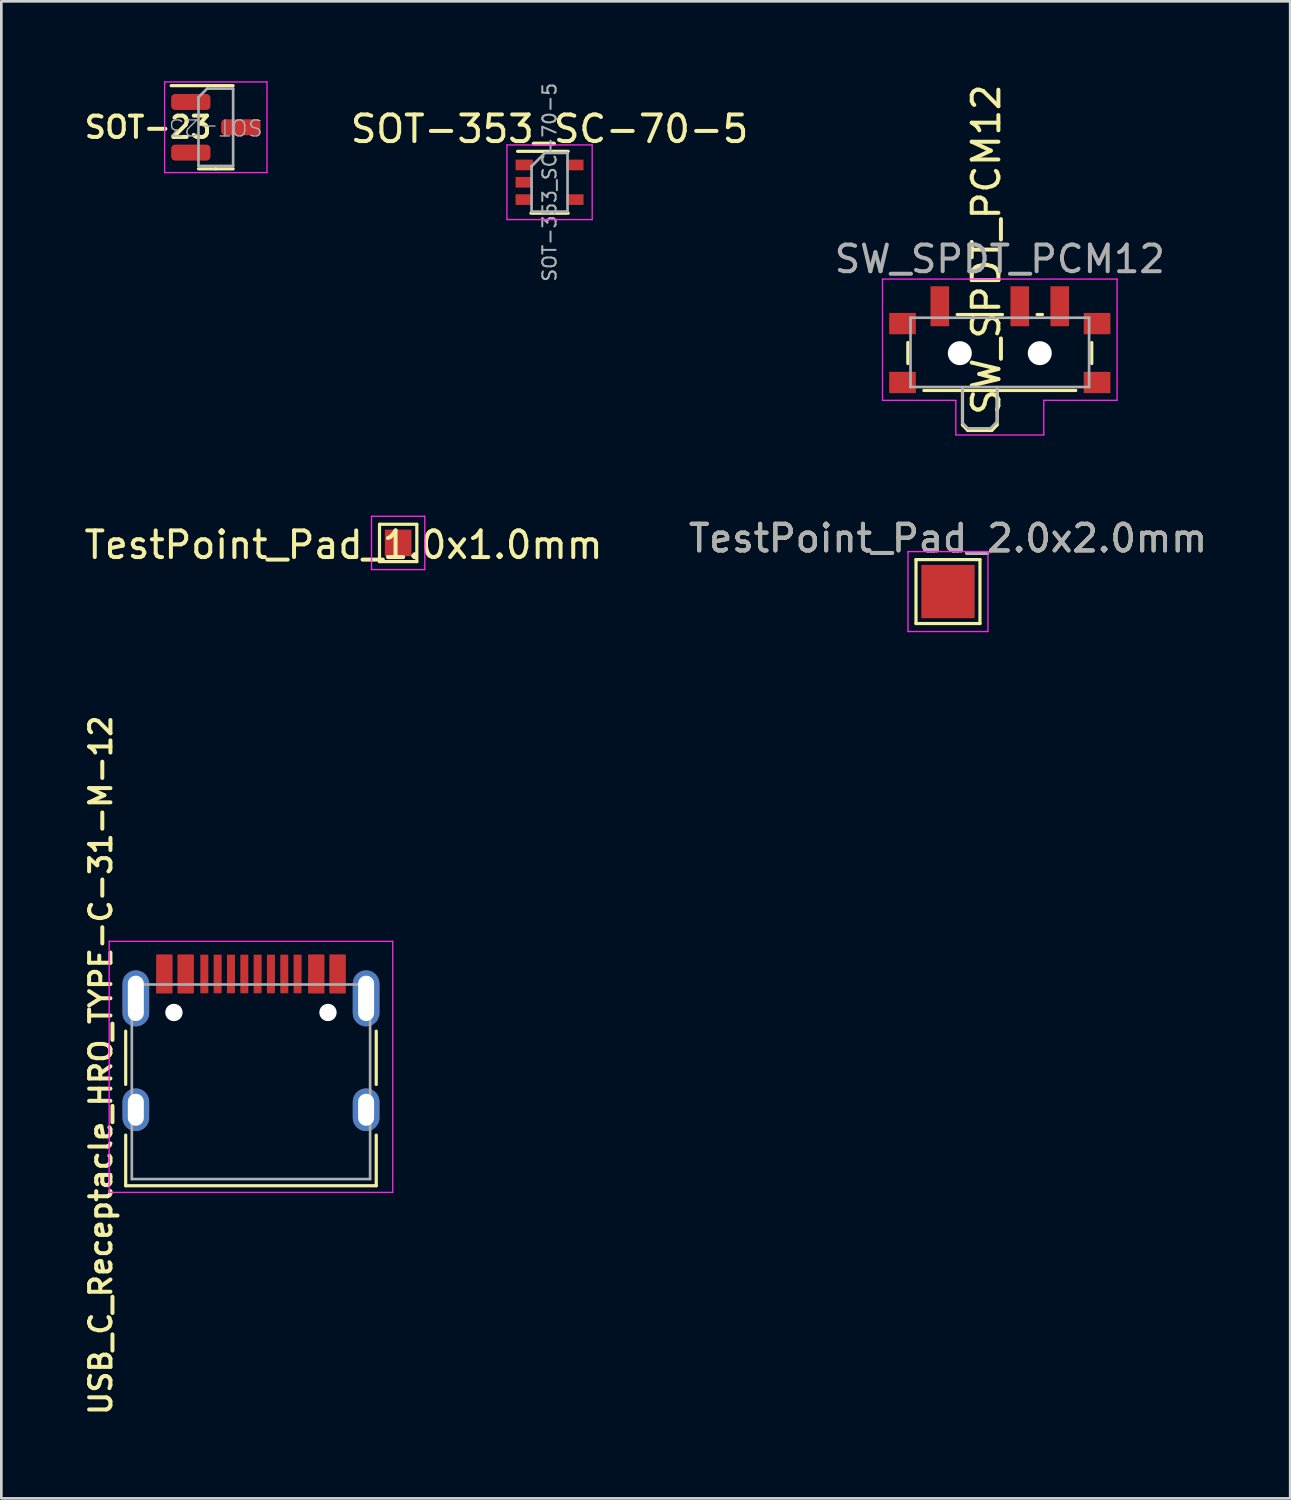
<source format=kicad_pcb>
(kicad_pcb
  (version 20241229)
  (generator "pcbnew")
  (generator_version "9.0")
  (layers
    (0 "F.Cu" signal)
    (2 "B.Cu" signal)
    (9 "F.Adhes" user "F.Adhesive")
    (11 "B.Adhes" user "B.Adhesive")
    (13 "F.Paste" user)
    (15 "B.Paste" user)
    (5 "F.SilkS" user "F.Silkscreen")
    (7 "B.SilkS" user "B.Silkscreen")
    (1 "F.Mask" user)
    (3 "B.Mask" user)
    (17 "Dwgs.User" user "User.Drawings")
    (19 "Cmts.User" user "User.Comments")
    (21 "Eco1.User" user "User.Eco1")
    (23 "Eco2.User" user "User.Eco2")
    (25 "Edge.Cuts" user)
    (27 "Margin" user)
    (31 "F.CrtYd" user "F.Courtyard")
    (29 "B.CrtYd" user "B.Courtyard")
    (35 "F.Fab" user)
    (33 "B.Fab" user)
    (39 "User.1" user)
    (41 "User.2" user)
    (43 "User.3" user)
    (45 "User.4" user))
  (footprint "SOT-353_SC-70-5"
    (layer "F.Cu")
    (at 17.569 3.789)
    (property "Reference" "SOT-353_SC-70-5" (at 0 -2 180) (layer "F.SilkS") (effects (font (size 1 1) (thickness 0.15))))
    (attr smd)
    (fp_line (start -0.7 1.16) (end 0.7 1.16) (stroke (width 0.12) (type solid)) (layer "F.SilkS"))
    (fp_line (start 0.7 -1.16) (end -1.2 -1.16) (stroke (width 0.12) (type solid)) (layer "F.SilkS"))
    (fp_line (start -1.6 -1.4) (end -1.6 1.4) (stroke (width 0.05) (type solid)) (layer "F.CrtYd"))
    (fp_line (start -1.6 -1.4) (end 1.6 -1.4) (stroke (width 0.05) (type solid)) (layer "F.CrtYd"))
    (fp_line (start -1.6 1.4) (end 1.6 1.4) (stroke (width 0.05) (type solid)) (layer "F.CrtYd"))
    (fp_line (start 1.6 1.4) (end 1.6 -1.4) (stroke (width 0.05) (type solid)) (layer "F.CrtYd"))
    (fp_line (start -0.675 -0.6) (end -0.675 1.1) (stroke (width 0.1) (type solid)) (layer "F.Fab"))
    (fp_line (start -0.175 -1.1) (end -0.675 -0.6) (stroke (width 0.1) (type solid)) (layer "F.Fab"))
    (fp_line (start 0.675 -1.1) (end -0.175 -1.1) (stroke (width 0.1) (type solid)) (layer "F.Fab"))
    (fp_line (start 0.675 -1.1) (end 0.675 1.1) (stroke (width 0.1) (type solid)) (layer "F.Fab"))
    (fp_line (start 0.675 1.1) (end -0.675 1.1) (stroke (width 0.1) (type solid)) (layer "F.Fab"))
    (fp_text user "${REFERENCE}" (at 0 0 270) (layer "F.Fab") (effects (font (size 0.5 0.5) (thickness 0.075))))
    (pad "1" smd rect (at -0.95 -0.65 180) (size 0.65 0.4) (layers "F.Cu" "F.Mask" "F.Paste"))
    (pad "2" smd rect (at -0.95 0 180) (size 0.65 0.4) (layers "F.Cu" "F.Mask" "F.Paste"))
    (pad "3" smd rect (at -0.95 0.65 180) (size 0.65 0.4) (layers "F.Cu" "F.Mask" "F.Paste"))
    (pad "4" smd rect (at 0.95 0.65 180) (size 0.65 0.4) (layers "F.Cu" "F.Mask" "F.Paste"))
    (pad "5" smd rect (at 0.95 -0.65 180) (size 0.65 0.4) (layers "F.Cu" "F.Mask" "F.Paste")))
  (footprint "SW_SPDT_PCM12"
    (layer "F.Cu")
    (at 34.462 9.871)
    (property "Reference" "SW_SPDT_PCM12" (at -0.508 -3.556 270) (layer "F.SilkS") (effects (font (size 1 1) (thickness 0.15))))
    (attr smd)
    (fp_line (start -3.45 -0.07) (end -3.45 0.72) (stroke (width 0.12) (type solid)) (layer "F.SilkS"))
    (fp_line (start -2.85 1.73) (end 2.85 1.73) (stroke (width 0.12) (type solid)) (layer "F.SilkS"))
    (fp_line (start -1.6 -1.12) (end 0.1 -1.12) (stroke (width 0.12) (type solid)) (layer "F.SilkS"))
    (fp_line (start -1.4 1.73) (end -1.4 3.02) (stroke (width 0.12) (type solid)) (layer "F.SilkS"))
    (fp_line (start -1.4 3.02) (end -1.2 3.23) (stroke (width 0.12) (type solid)) (layer "F.SilkS"))
    (fp_line (start -1.2 3.23) (end -0.3 3.23) (stroke (width 0.12) (type solid)) (layer "F.SilkS"))
    (fp_line (start -0.1 3.02) (end -0.3 3.23) (stroke (width 0.12) (type solid)) (layer "F.SilkS"))
    (fp_line (start -0.1 3.02) (end -0.1 1.73) (stroke (width 0.12) (type solid)) (layer "F.SilkS"))
    (fp_line (start 1.4 -1.12) (end 1.6 -1.12) (stroke (width 0.12) (type solid)) (layer "F.SilkS"))
    (fp_line (start 3.45 0.72) (end 3.45 -0.07) (stroke (width 0.12) (type solid)) (layer "F.SilkS"))
    (fp_line (start -4.4 -2.45) (end 4.4 -2.45) (stroke (width 0.05) (type solid)) (layer "F.CrtYd"))
    (fp_line (start -4.4 2.1) (end -4.4 -2.45) (stroke (width 0.05) (type solid)) (layer "F.CrtYd"))
    (fp_line (start -1.65 2.1) (end -4.4 2.1) (stroke (width 0.05) (type solid)) (layer "F.CrtYd"))
    (fp_line (start -1.65 3.4) (end -1.65 2.1) (stroke (width 0.05) (type solid)) (layer "F.CrtYd"))
    (fp_line (start 1.65 2.1) (end 1.65 3.4) (stroke (width 0.05) (type solid)) (layer "F.CrtYd"))
    (fp_line (start 1.65 3.4) (end -1.65 3.4) (stroke (width 0.05) (type solid)) (layer "F.CrtYd"))
    (fp_line (start 4.4 -2.45) (end 4.4 2.1) (stroke (width 0.05) (type solid)) (layer "F.CrtYd"))
    (fp_line (start 4.4 2.1) (end 1.65 2.1) (stroke (width 0.05) (type solid)) (layer "F.CrtYd"))
    (fp_line (start -3.35 -1) (end -3.35 1.6) (stroke (width 0.1) (type solid)) (layer "F.Fab"))
    (fp_line (start -3.35 1.6) (end 3.35 1.6) (stroke (width 0.1) (type solid)) (layer "F.Fab"))
    (fp_line (start -1.4 1.65) (end -1.4 2.95) (stroke (width 0.1) (type solid)) (layer "F.Fab"))
    (fp_line (start -1.4 2.95) (end -1.2 3.15) (stroke (width 0.1) (type solid)) (layer "F.Fab"))
    (fp_line (start -1.2 3.15) (end -0.35 3.15) (stroke (width 0.1) (type solid)) (layer "F.Fab"))
    (fp_line (start -0.35 3.15) (end -0.15 2.95) (stroke (width 0.1) (type solid)) (layer "F.Fab"))
    (fp_line (start -0.15 2.95) (end -0.1 2.9) (stroke (width 0.1) (type solid)) (layer "F.Fab"))
    (fp_line (start -0.1 2.9) (end -0.1 1.6) (stroke (width 0.1) (type solid)) (layer "F.Fab"))
    (fp_line (start 3.35 -1) (end -3.35 -1) (stroke (width 0.1) (type solid)) (layer "F.Fab"))
    (fp_line (start 3.35 1.6) (end 3.35 -1) (stroke (width 0.1) (type solid)) (layer "F.Fab"))
    (fp_text user "${REFERENCE}" (at 0 -3.2 180) (layer "F.Fab") (effects (font (size 1 1) (thickness 0.15))))
    (pad "" smd rect (at -3.65 -0.78 180) (size 1 0.8) (layers "F.Cu" "F.Mask" "F.Paste"))
    (pad "" smd rect (at -3.65 1.43 180) (size 1 0.8) (layers "F.Cu" "F.Mask" "F.Paste"))
    (pad "" np_thru_hole circle (at -1.5 0.33 180) (size 0.9 0.9) (drill 0.9) (layers "*.Cu" "*.Mask"))
    (pad "" np_thru_hole circle (at 1.5 0.33 180) (size 0.9 0.9) (drill 0.9) (layers "*.Cu" "*.Mask"))
    (pad "" smd rect (at 3.65 -0.78 180) (size 1 0.8) (layers "F.Cu" "F.Mask" "F.Paste"))
    (pad "" smd rect (at 3.65 1.43 180) (size 1 0.8) (layers "F.Cu" "F.Mask" "F.Paste"))
    (pad "1" smd rect (at -2.25 -1.43 180) (size 0.7 1.5) (layers "F.Cu" "F.Mask" "F.Paste"))
    (pad "2" smd rect (at 0.75 -1.43 180) (size 0.7 1.5) (layers "F.Cu" "F.Mask" "F.Paste"))
    (pad "3" smd rect (at 2.25 -1.43 180) (size 0.7 1.5) (layers "F.Cu" "F.Mask" "F.Paste")))
  (footprint "USB_C_Receptacle_HRO_TYPE-C-31-M-12"
    (layer "F.Cu")
    (at 6.366 37.538)
    (property "Reference" "USB_C_Receptacle_HRO_TYPE-C-31-M-12" (at -5.635 -0.619 270) (layer "F.SilkS") (effects (font (size 0.8 0.8) (thickness 0.15))))
    (attr through_hole)
    (fp_line (start -4.7 -1.9) (end -4.7 0.1) (stroke (width 0.12) (type solid)) (layer "F.SilkS"))
    (fp_line (start -4.7 2) (end -4.7 3.9) (stroke (width 0.12) (type solid)) (layer "F.SilkS"))
    (fp_line (start -4.7 3.9) (end 4.7 3.9) (stroke (width 0.12) (type solid)) (layer "F.SilkS"))
    (fp_line (start 4.7 -1.9) (end 4.7 0.1) (stroke (width 0.12) (type solid)) (layer "F.SilkS"))
    (fp_line (start 4.7 2) (end 4.7 3.9) (stroke (width 0.12) (type solid)) (layer "F.SilkS"))
    (fp_line (start -5.32 -5.27) (end -5.32 4.15) (stroke (width 0.05) (type solid)) (layer "F.CrtYd"))
    (fp_line (start -5.32 -5.27) (end 5.32 -5.27) (stroke (width 0.05) (type solid)) (layer "F.CrtYd"))
    (fp_line (start -5.32 4.15) (end 5.32 4.15) (stroke (width 0.05) (type solid)) (layer "F.CrtYd"))
    (fp_line (start 5.32 -5.27) (end 5.32 4.15) (stroke (width 0.05) (type solid)) (layer "F.CrtYd"))
    (fp_line (start -4.47 -3.65) (end -4.47 3.65) (stroke (width 0.1) (type solid)) (layer "F.Fab"))
    (fp_line (start -4.47 -3.65) (end 4.47 -3.65) (stroke (width 0.1) (type solid)) (layer "F.Fab"))
    (fp_line (start -4.47 3.65) (end 4.47 3.65) (stroke (width 0.1) (type solid)) (layer "F.Fab"))
    (fp_line (start 4.47 -3.65) (end 4.47 3.65) (stroke (width 0.1) (type solid)) (layer "F.Fab"))
    (pad "" np_thru_hole circle (at -2.89 -2.6) (size 0.65 0.65) (drill 0.65) (layers "*.Cu" "*.Mask"))
    (pad "" np_thru_hole circle (at 2.89 -2.6) (size 0.65 0.65) (drill 0.65) (layers "*.Cu" "*.Mask"))
    (pad "A1" smd rect (at -3.25 -4.045) (size 0.6 1.45) (layers "F.Cu" "F.Mask" "F.Paste"))
    (pad "A4" smd rect (at -2.45 -4.045) (size 0.6 1.45) (layers "F.Cu" "F.Mask" "F.Paste"))
    (pad "A5" smd rect (at -1.25 -4.045) (size 0.3 1.45) (layers "F.Cu" "F.Mask" "F.Paste"))
    (pad "A6" smd rect (at -0.25 -4.045) (size 0.3 1.45) (layers "F.Cu" "F.Mask" "F.Paste"))
    (pad "A7" smd rect (at 0.25 -4.045) (size 0.3 1.45) (layers "F.Cu" "F.Mask" "F.Paste"))
    (pad "A8" smd rect (at 1.25 -4.045) (size 0.3 1.45) (layers "F.Cu" "F.Mask" "F.Paste"))
    (pad "A9" smd rect (at 2.45 -4.045) (size 0.6 1.45) (layers "F.Cu" "F.Mask" "F.Paste"))
    (pad "A12" smd rect (at 3.25 -4.045) (size 0.6 1.45) (layers "F.Cu" "F.Mask" "F.Paste"))
    (pad "B1" smd rect (at 3.25 -4.045) (size 0.6 1.45) (layers "F.Cu" "F.Mask" "F.Paste"))
    (pad "B4" smd rect (at 2.45 -4.045) (size 0.6 1.45) (layers "F.Cu" "F.Mask" "F.Paste"))
    (pad "B5" smd rect (at 1.75 -4.045) (size 0.3 1.45) (layers "F.Cu" "F.Mask" "F.Paste"))
    (pad "B6" smd rect (at 0.75 -4.045) (size 0.3 1.45) (layers "F.Cu" "F.Mask" "F.Paste"))
    (pad "B7" smd rect (at -0.75 -4.045) (size 0.3 1.45) (layers "F.Cu" "F.Mask" "F.Paste"))
    (pad "B8" smd rect (at -1.75 -4.045) (size 0.3 1.45) (layers "F.Cu" "F.Mask" "F.Paste"))
    (pad "B9" smd rect (at -2.45 -4.045) (size 0.6 1.45) (layers "F.Cu" "F.Mask" "F.Paste"))
    (pad "B12" smd rect (at -3.25 -4.045) (size 0.6 1.45) (layers "F.Cu" "F.Mask" "F.Paste"))
    (pad "S1" thru_hole oval (at -4.32 -3.13) (size 1 2.1) (drill oval 0.6 1.7) (layers "*.Cu" "*.Mask"))
    (pad "S1" thru_hole oval (at -4.32 1.05) (size 1 1.6) (drill oval 0.6 1.2) (layers "*.Cu" "*.Mask"))
    (pad "S1" thru_hole oval (at 4.32 -3.13) (size 1 2.1) (drill oval 0.6 1.7) (layers "*.Cu" "*.Mask"))
    (pad "S1" thru_hole oval (at 4.32 1.05) (size 1 1.6) (drill oval 0.6 1.2) (layers "*.Cu" "*.Mask")))
  (footprint "TestPoint_Pad_2.0x2.0mm"
    (layer "F.Cu")
    (at 32.518 19.145)
    (property "Reference" "TestPoint_Pad_2.0x2.0mm" (at 0 -1.998 180) (layer "F.SilkS") (effects (font (size 1 1) (thickness 0.15))))
    (attr exclude_from_pos_files)
    (fp_line (start -1.2 -1.2) (end 1.2 -1.2) (stroke (width 0.12) (type solid)) (layer "F.SilkS"))
    (fp_line (start -1.2 1.2) (end -1.2 -1.2) (stroke (width 0.12) (type solid)) (layer "F.SilkS"))
    (fp_line (start 1.2 -1.2) (end 1.2 1.2) (stroke (width 0.12) (type solid)) (layer "F.SilkS"))
    (fp_line (start 1.2 1.2) (end -1.2 1.2) (stroke (width 0.12) (type solid)) (layer "F.SilkS"))
    (fp_line (start -1.5 -1.5) (end -1.5 1.5) (stroke (width 0.05) (type solid)) (layer "F.CrtYd"))
    (fp_line (start -1.5 -1.5) (end 1.5 -1.5) (stroke (width 0.05) (type solid)) (layer "F.CrtYd"))
    (fp_line (start 1.5 1.5) (end -1.5 1.5) (stroke (width 0.05) (type solid)) (layer "F.CrtYd"))
    (fp_line (start 1.5 1.5) (end 1.5 -1.5) (stroke (width 0.05) (type solid)) (layer "F.CrtYd"))
    (fp_text user "${REFERENCE}" (at 0 -2 180) (layer "F.Fab") (effects (font (size 1 1) (thickness 0.15))))
    (pad "1" smd rect (at 0 0 180) (size 2 2) (layers "F.Cu" "F.Mask")))
  (footprint "SOT-23"
    (layer "F.Cu")
    (at 5.047 1.725)
    (property "Reference" "SOT-23" (at -2.54 0 180) (layer "F.SilkS") (effects (font (size 0.8 0.8) (thickness 0.15))))
    (attr smd)
    (fp_line (start 0 -1.56) (end -1.675 -1.56) (stroke (width 0.12) (type solid)) (layer "F.SilkS"))
    (fp_line (start 0 -1.56) (end 0.65 -1.56) (stroke (width 0.12) (type solid)) (layer "F.SilkS"))
    (fp_line (start 0 1.56) (end -0.65 1.56) (stroke (width 0.12) (type solid)) (layer "F.SilkS"))
    (fp_line (start 0 1.56) (end 0.65 1.56) (stroke (width 0.12) (type solid)) (layer "F.SilkS"))
    (fp_line (start -1.92 -1.7) (end -1.92 1.7) (stroke (width 0.05) (type solid)) (layer "F.CrtYd"))
    (fp_line (start -1.92 1.7) (end 1.92 1.7) (stroke (width 0.05) (type solid)) (layer "F.CrtYd"))
    (fp_line (start 1.92 -1.7) (end -1.92 -1.7) (stroke (width 0.05) (type solid)) (layer "F.CrtYd"))
    (fp_line (start 1.92 1.7) (end 1.92 -1.7) (stroke (width 0.05) (type solid)) (layer "F.CrtYd"))
    (fp_line (start -0.65 -1.125) (end -0.325 -1.45) (stroke (width 0.1) (type solid)) (layer "F.Fab"))
    (fp_line (start -0.65 1.45) (end -0.65 -1.125) (stroke (width 0.1) (type solid)) (layer "F.Fab"))
    (fp_line (start -0.325 -1.45) (end 0.65 -1.45) (stroke (width 0.1) (type solid)) (layer "F.Fab"))
    (fp_line (start 0.65 -1.45) (end 0.65 1.45) (stroke (width 0.1) (type solid)) (layer "F.Fab"))
    (fp_line (start 0.65 1.45) (end -0.65 1.45) (stroke (width 0.1) (type solid)) (layer "F.Fab"))
    (fp_text user "${REFERENCE}" (at 0 0 180) (unlocked yes) (layer "F.Fab") (effects (font (size 0.6 0.6) (thickness 0.05))))
    (pad "1" smd roundrect (at -0.938 -0.95 180) (size 1.475 0.6) (layers "F.Cu" "F.Mask" "F.Paste") (roundrect_rratio 0.25))
    (pad "2" smd roundrect (at -0.938 0.95 180) (size 1.475 0.6) (layers "F.Cu" "F.Mask" "F.Paste") (roundrect_rratio 0.25))
    (pad "3" smd roundrect (at 0.938 0 180) (size 1.475 0.6) (layers "F.Cu" "F.Mask" "F.Paste") (roundrect_rratio 0.25)))
  (footprint "TestPoint_Pad_1.0x1.0mm"
    (layer "F.Cu")
    (at 11.889 17.321)
    (property "Reference" "TestPoint_Pad_1.0x1.0mm" (at -2.05 0.075 180) (layer "F.SilkS") (effects (font (size 1 1) (thickness 0.15))))
    (attr exclude_from_pos_files)
    (fp_line (start -0.7 -0.7) (end 0.7 -0.7) (stroke (width 0.12) (type solid)) (layer "F.SilkS"))
    (fp_line (start -0.7 0.7) (end -0.7 -0.7) (stroke (width 0.12) (type solid)) (layer "F.SilkS"))
    (fp_line (start 0.7 -0.7) (end 0.7 0.7) (stroke (width 0.12) (type solid)) (layer "F.SilkS"))
    (fp_line (start 0.7 0.7) (end -0.7 0.7) (stroke (width 0.12) (type solid)) (layer "F.SilkS"))
    (fp_line (start -1 -1) (end -1 1) (stroke (width 0.05) (type solid)) (layer "F.CrtYd"))
    (fp_line (start -1 -1) (end 1 -1) (stroke (width 0.05) (type solid)) (layer "F.CrtYd"))
    (fp_line (start 1 1) (end -1 1) (stroke (width 0.05) (type solid)) (layer "F.CrtYd"))
    (fp_line (start 1 1) (end 1 -1) (stroke (width 0.05) (type solid)) (layer "F.CrtYd"))
    (pad "1" smd rect (at 0 0 180) (size 1 1) (layers "F.Cu" "F.Mask")))
  (gr_rect
    (start -3 -3)
    (end 45.357 53.169)
    (stroke (width 0.1) (type default))
    (fill no)
    (layer "Edge.Cuts")))
</source>
